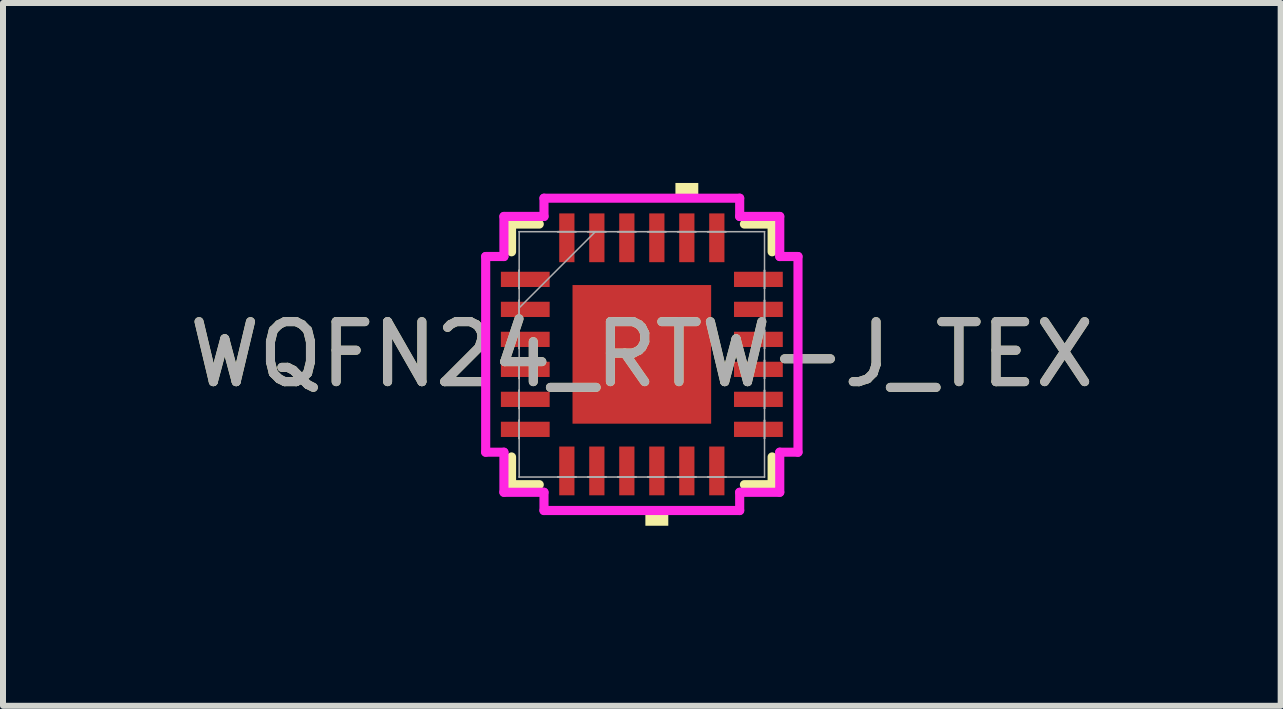
<source format=kicad_pcb>
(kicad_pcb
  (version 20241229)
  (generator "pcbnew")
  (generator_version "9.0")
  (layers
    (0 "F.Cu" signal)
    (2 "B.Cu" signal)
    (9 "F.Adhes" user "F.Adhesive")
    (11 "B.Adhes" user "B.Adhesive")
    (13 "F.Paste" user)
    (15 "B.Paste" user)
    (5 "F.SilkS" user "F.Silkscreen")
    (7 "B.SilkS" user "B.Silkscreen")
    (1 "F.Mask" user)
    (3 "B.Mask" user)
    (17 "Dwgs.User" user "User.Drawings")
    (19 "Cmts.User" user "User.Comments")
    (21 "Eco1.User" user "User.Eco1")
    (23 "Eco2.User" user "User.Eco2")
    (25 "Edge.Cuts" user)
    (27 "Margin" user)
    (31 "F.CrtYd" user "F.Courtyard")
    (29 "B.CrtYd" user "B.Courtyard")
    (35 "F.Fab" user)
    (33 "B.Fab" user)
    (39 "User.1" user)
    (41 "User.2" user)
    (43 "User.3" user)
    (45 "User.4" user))
  (footprint "WQFN24_RTW-J_TEX"
    (layer "F.Cu")
    (at 7.649 2.857)
    (property "Reference" "WQFN24_RTW-J_TEX" (at 0 0 0) (unlocked yes) (layer "F.SilkS") (effects (font (size 1 1) (thickness 0.15))))
    (attr smd)
    (fp_line (start -2.172 -2.172) (end -2.172 -1.71) (stroke (width 0.152) (type solid)) (layer "F.SilkS"))
    (fp_line (start -2.172 1.71) (end -2.172 2.172) (stroke (width 0.152) (type solid)) (layer "F.SilkS"))
    (fp_line (start -2.172 2.172) (end -1.71 2.172) (stroke (width 0.152) (type solid)) (layer "F.SilkS"))
    (fp_line (start -1.71 -2.172) (end -2.172 -2.172) (stroke (width 0.152) (type solid)) (layer "F.SilkS"))
    (fp_line (start 1.71 2.172) (end 2.172 2.172) (stroke (width 0.152) (type solid)) (layer "F.SilkS"))
    (fp_line (start 2.172 -2.172) (end 1.71 -2.172) (stroke (width 0.152) (type solid)) (layer "F.SilkS"))
    (fp_line (start 2.172 -1.71) (end 2.172 -2.172) (stroke (width 0.152) (type solid)) (layer "F.SilkS"))
    (fp_line (start 2.172 2.172) (end 2.172 1.71) (stroke (width 0.152) (type solid)) (layer "F.SilkS"))
    (fp_poly (pts (xy 0.059 2.603) (xy 0.059 2.857) (xy 0.441 2.857) (xy 0.441 2.603)) (stroke (width 0) (type solid)) (fill yes) (layer "F.SilkS"))
    (fp_poly (pts (xy 0.56 -2.603) (xy 0.56 -2.857) (xy 0.941 -2.857) (xy 0.941 -2.603)) (stroke (width 0) (type solid)) (fill yes) (layer "F.SilkS"))
    (fp_line (start -2.603 -1.631) (end -2.299 -1.631) (stroke (width 0.152) (type solid)) (layer "F.CrtYd"))
    (fp_line (start -2.603 1.631) (end -2.603 -1.631) (stroke (width 0.152) (type solid)) (layer "F.CrtYd"))
    (fp_line (start -2.299 -2.299) (end -1.631 -2.299) (stroke (width 0.152) (type solid)) (layer "F.CrtYd"))
    (fp_line (start -2.299 -1.631) (end -2.299 -2.299) (stroke (width 0.152) (type solid)) (layer "F.CrtYd"))
    (fp_line (start -2.299 1.631) (end -2.603 1.631) (stroke (width 0.152) (type solid)) (layer "F.CrtYd"))
    (fp_line (start -2.299 2.299) (end -2.299 1.631) (stroke (width 0.152) (type solid)) (layer "F.CrtYd"))
    (fp_line (start -1.631 -2.603) (end 1.631 -2.603) (stroke (width 0.152) (type solid)) (layer "F.CrtYd"))
    (fp_line (start -1.631 -2.299) (end -1.631 -2.603) (stroke (width 0.152) (type solid)) (layer "F.CrtYd"))
    (fp_line (start -1.631 2.299) (end -2.299 2.299) (stroke (width 0.152) (type solid)) (layer "F.CrtYd"))
    (fp_line (start -1.631 2.603) (end -1.631 2.299) (stroke (width 0.152) (type solid)) (layer "F.CrtYd"))
    (fp_line (start 1.631 -2.603) (end 1.631 -2.299) (stroke (width 0.152) (type solid)) (layer "F.CrtYd"))
    (fp_line (start 1.631 -2.299) (end 2.299 -2.299) (stroke (width 0.152) (type solid)) (layer "F.CrtYd"))
    (fp_line (start 1.631 2.299) (end 1.631 2.603) (stroke (width 0.152) (type solid)) (layer "F.CrtYd"))
    (fp_line (start 1.631 2.603) (end -1.631 2.603) (stroke (width 0.152) (type solid)) (layer "F.CrtYd"))
    (fp_line (start 2.299 -2.299) (end 2.299 -1.631) (stroke (width 0.152) (type solid)) (layer "F.CrtYd"))
    (fp_line (start 2.299 -1.631) (end 2.603 -1.631) (stroke (width 0.152) (type solid)) (layer "F.CrtYd"))
    (fp_line (start 2.299 1.631) (end 2.299 2.299) (stroke (width 0.152) (type solid)) (layer "F.CrtYd"))
    (fp_line (start 2.299 2.299) (end 1.631 2.299) (stroke (width 0.152) (type solid)) (layer "F.CrtYd"))
    (fp_line (start 2.603 -1.631) (end 2.603 1.631) (stroke (width 0.152) (type solid)) (layer "F.CrtYd"))
    (fp_line (start 2.603 1.631) (end 2.299 1.631) (stroke (width 0.152) (type solid)) (layer "F.CrtYd"))
    (fp_line (start -2.045 -2.045) (end -2.045 -2.045) (stroke (width 0.025) (type solid)) (layer "F.Fab"))
    (fp_line (start -2.045 -2.045) (end -2.045 2.045) (stroke (width 0.025) (type solid)) (layer "F.Fab"))
    (fp_line (start -2.045 -1.402) (end -2.045 -1.402) (stroke (width 0.025) (type solid)) (layer "F.Fab"))
    (fp_line (start -2.045 -1.402) (end -2.045 -1.098) (stroke (width 0.025) (type solid)) (layer "F.Fab"))
    (fp_line (start -2.045 -1.098) (end -2.045 -1.402) (stroke (width 0.025) (type solid)) (layer "F.Fab"))
    (fp_line (start -2.045 -1.098) (end -2.045 -1.098) (stroke (width 0.025) (type solid)) (layer "F.Fab"))
    (fp_line (start -2.045 -0.902) (end -2.045 -0.902) (stroke (width 0.025) (type solid)) (layer "F.Fab"))
    (fp_line (start -2.045 -0.902) (end -2.045 -0.598) (stroke (width 0.025) (type solid)) (layer "F.Fab"))
    (fp_line (start -2.045 -0.775) (end -0.775 -2.045) (stroke (width 0.025) (type solid)) (layer "F.Fab"))
    (fp_line (start -2.045 -0.598) (end -2.045 -0.902) (stroke (width 0.025) (type solid)) (layer "F.Fab"))
    (fp_line (start -2.045 -0.598) (end -2.045 -0.598) (stroke (width 0.025) (type solid)) (layer "F.Fab"))
    (fp_line (start -2.045 -0.402) (end -2.045 -0.402) (stroke (width 0.025) (type solid)) (layer "F.Fab"))
    (fp_line (start -2.045 -0.402) (end -2.045 -0.098) (stroke (width 0.025) (type solid)) (layer "F.Fab"))
    (fp_line (start -2.045 -0.098) (end -2.045 -0.402) (stroke (width 0.025) (type solid)) (layer "F.Fab"))
    (fp_line (start -2.045 -0.098) (end -2.045 -0.098) (stroke (width 0.025) (type solid)) (layer "F.Fab"))
    (fp_line (start -2.045 0.098) (end -2.045 0.098) (stroke (width 0.025) (type solid)) (layer "F.Fab"))
    (fp_line (start -2.045 0.098) (end -2.045 0.402) (stroke (width 0.025) (type solid)) (layer "F.Fab"))
    (fp_line (start -2.045 0.402) (end -2.045 0.098) (stroke (width 0.025) (type solid)) (layer "F.Fab"))
    (fp_line (start -2.045 0.402) (end -2.045 0.402) (stroke (width 0.025) (type solid)) (layer "F.Fab"))
    (fp_line (start -2.045 0.598) (end -2.045 0.598) (stroke (width 0.025) (type solid)) (layer "F.Fab"))
    (fp_line (start -2.045 0.598) (end -2.045 0.902) (stroke (width 0.025) (type solid)) (layer "F.Fab"))
    (fp_line (start -2.045 0.902) (end -2.045 0.598) (stroke (width 0.025) (type solid)) (layer "F.Fab"))
    (fp_line (start -2.045 0.902) (end -2.045 0.902) (stroke (width 0.025) (type solid)) (layer "F.Fab"))
    (fp_line (start -2.045 1.098) (end -2.045 1.098) (stroke (width 0.025) (type solid)) (layer "F.Fab"))
    (fp_line (start -2.045 1.098) (end -2.045 1.402) (stroke (width 0.025) (type solid)) (layer "F.Fab"))
    (fp_line (start -2.045 1.402) (end -2.045 1.098) (stroke (width 0.025) (type solid)) (layer "F.Fab"))
    (fp_line (start -2.045 1.402) (end -2.045 1.402) (stroke (width 0.025) (type solid)) (layer "F.Fab"))
    (fp_line (start -2.045 2.045) (end -2.045 2.045) (stroke (width 0.025) (type solid)) (layer "F.Fab"))
    (fp_line (start -2.045 2.045) (end 2.045 2.045) (stroke (width 0.025) (type solid)) (layer "F.Fab"))
    (fp_line (start -1.402 -2.045) (end -1.402 -2.045) (stroke (width 0.025) (type solid)) (layer "F.Fab"))
    (fp_line (start -1.402 -2.045) (end -1.098 -2.045) (stroke (width 0.025) (type solid)) (layer "F.Fab"))
    (fp_line (start -1.402 2.045) (end -1.402 2.045) (stroke (width 0.025) (type solid)) (layer "F.Fab"))
    (fp_line (start -1.402 2.045) (end -1.098 2.045) (stroke (width 0.025) (type solid)) (layer "F.Fab"))
    (fp_line (start -1.098 -2.045) (end -1.402 -2.045) (stroke (width 0.025) (type solid)) (layer "F.Fab"))
    (fp_line (start -1.098 -2.045) (end -1.098 -2.045) (stroke (width 0.025) (type solid)) (layer "F.Fab"))
    (fp_line (start -1.098 2.045) (end -1.402 2.045) (stroke (width 0.025) (type solid)) (layer "F.Fab"))
    (fp_line (start -1.098 2.045) (end -1.098 2.045) (stroke (width 0.025) (type solid)) (layer "F.Fab"))
    (fp_line (start -0.902 -2.045) (end -0.902 -2.045) (stroke (width 0.025) (type solid)) (layer "F.Fab"))
    (fp_line (start -0.902 -2.045) (end -0.598 -2.045) (stroke (width 0.025) (type solid)) (layer "F.Fab"))
    (fp_line (start -0.902 2.045) (end -0.902 2.045) (stroke (width 0.025) (type solid)) (layer "F.Fab"))
    (fp_line (start -0.902 2.045) (end -0.598 2.045) (stroke (width 0.025) (type solid)) (layer "F.Fab"))
    (fp_line (start -0.598 -2.045) (end -0.902 -2.045) (stroke (width 0.025) (type solid)) (layer "F.Fab"))
    (fp_line (start -0.598 -2.045) (end -0.598 -2.045) (stroke (width 0.025) (type solid)) (layer "F.Fab"))
    (fp_line (start -0.598 2.045) (end -0.902 2.045) (stroke (width 0.025) (type solid)) (layer "F.Fab"))
    (fp_line (start -0.598 2.045) (end -0.598 2.045) (stroke (width 0.025) (type solid)) (layer "F.Fab"))
    (fp_line (start -0.402 -2.045) (end -0.402 -2.045) (stroke (width 0.025) (type solid)) (layer "F.Fab"))
    (fp_line (start -0.402 -2.045) (end -0.098 -2.045) (stroke (width 0.025) (type solid)) (layer "F.Fab"))
    (fp_line (start -0.402 2.045) (end -0.402 2.045) (stroke (width 0.025) (type solid)) (layer "F.Fab"))
    (fp_line (start -0.402 2.045) (end -0.098 2.045) (stroke (width 0.025) (type solid)) (layer "F.Fab"))
    (fp_line (start -0.098 -2.045) (end -0.402 -2.045) (stroke (width 0.025) (type solid)) (layer "F.Fab"))
    (fp_line (start -0.098 -2.045) (end -0.098 -2.045) (stroke (width 0.025) (type solid)) (layer "F.Fab"))
    (fp_line (start -0.098 2.045) (end -0.402 2.045) (stroke (width 0.025) (type solid)) (layer "F.Fab"))
    (fp_line (start -0.098 2.045) (end -0.098 2.045) (stroke (width 0.025) (type solid)) (layer "F.Fab"))
    (fp_line (start 0.098 -2.045) (end 0.098 -2.045) (stroke (width 0.025) (type solid)) (layer "F.Fab"))
    (fp_line (start 0.098 -2.045) (end 0.402 -2.045) (stroke (width 0.025) (type solid)) (layer "F.Fab"))
    (fp_line (start 0.098 2.045) (end 0.098 2.045) (stroke (width 0.025) (type solid)) (layer "F.Fab"))
    (fp_line (start 0.098 2.045) (end 0.402 2.045) (stroke (width 0.025) (type solid)) (layer "F.Fab"))
    (fp_line (start 0.402 -2.045) (end 0.098 -2.045) (stroke (width 0.025) (type solid)) (layer "F.Fab"))
    (fp_line (start 0.402 -2.045) (end 0.402 -2.045) (stroke (width 0.025) (type solid)) (layer "F.Fab"))
    (fp_line (start 0.402 2.045) (end 0.098 2.045) (stroke (width 0.025) (type solid)) (layer "F.Fab"))
    (fp_line (start 0.402 2.045) (end 0.402 2.045) (stroke (width 0.025) (type solid)) (layer "F.Fab"))
    (fp_line (start 0.598 -2.045) (end 0.598 -2.045) (stroke (width 0.025) (type solid)) (layer "F.Fab"))
    (fp_line (start 0.598 -2.045) (end 0.902 -2.045) (stroke (width 0.025) (type solid)) (layer "F.Fab"))
    (fp_line (start 0.598 2.045) (end 0.598 2.045) (stroke (width 0.025) (type solid)) (layer "F.Fab"))
    (fp_line (start 0.598 2.045) (end 0.902 2.045) (stroke (width 0.025) (type solid)) (layer "F.Fab"))
    (fp_line (start 0.902 -2.045) (end 0.598 -2.045) (stroke (width 0.025) (type solid)) (layer "F.Fab"))
    (fp_line (start 0.902 -2.045) (end 0.902 -2.045) (stroke (width 0.025) (type solid)) (layer "F.Fab"))
    (fp_line (start 0.902 2.045) (end 0.598 2.045) (stroke (width 0.025) (type solid)) (layer "F.Fab"))
    (fp_line (start 0.902 2.045) (end 0.902 2.045) (stroke (width 0.025) (type solid)) (layer "F.Fab"))
    (fp_line (start 1.098 -2.045) (end 1.098 -2.045) (stroke (width 0.025) (type solid)) (layer "F.Fab"))
    (fp_line (start 1.098 -2.045) (end 1.402 -2.045) (stroke (width 0.025) (type solid)) (layer "F.Fab"))
    (fp_line (start 1.098 2.045) (end 1.098 2.045) (stroke (width 0.025) (type solid)) (layer "F.Fab"))
    (fp_line (start 1.098 2.045) (end 1.402 2.045) (stroke (width 0.025) (type solid)) (layer "F.Fab"))
    (fp_line (start 1.402 -2.045) (end 1.098 -2.045) (stroke (width 0.025) (type solid)) (layer "F.Fab"))
    (fp_line (start 1.402 -2.045) (end 1.402 -2.045) (stroke (width 0.025) (type solid)) (layer "F.Fab"))
    (fp_line (start 1.402 2.045) (end 1.098 2.045) (stroke (width 0.025) (type solid)) (layer "F.Fab"))
    (fp_line (start 1.402 2.045) (end 1.402 2.045) (stroke (width 0.025) (type solid)) (layer "F.Fab"))
    (fp_line (start 2.045 -2.045) (end -2.045 -2.045) (stroke (width 0.025) (type solid)) (layer "F.Fab"))
    (fp_line (start 2.045 -2.045) (end 2.045 -2.045) (stroke (width 0.025) (type solid)) (layer "F.Fab"))
    (fp_line (start 2.045 -1.402) (end 2.045 -1.402) (stroke (width 0.025) (type solid)) (layer "F.Fab"))
    (fp_line (start 2.045 -1.402) (end 2.045 -1.098) (stroke (width 0.025) (type solid)) (layer "F.Fab"))
    (fp_line (start 2.045 -1.098) (end 2.045 -1.402) (stroke (width 0.025) (type solid)) (layer "F.Fab"))
    (fp_line (start 2.045 -1.098) (end 2.045 -1.098) (stroke (width 0.025) (type solid)) (layer "F.Fab"))
    (fp_line (start 2.045 -0.902) (end 2.045 -0.902) (stroke (width 0.025) (type solid)) (layer "F.Fab"))
    (fp_line (start 2.045 -0.902) (end 2.045 -0.598) (stroke (width 0.025) (type solid)) (layer "F.Fab"))
    (fp_line (start 2.045 -0.598) (end 2.045 -0.902) (stroke (width 0.025) (type solid)) (layer "F.Fab"))
    (fp_line (start 2.045 -0.598) (end 2.045 -0.598) (stroke (width 0.025) (type solid)) (layer "F.Fab"))
    (fp_line (start 2.045 -0.402) (end 2.045 -0.402) (stroke (width 0.025) (type solid)) (layer "F.Fab"))
    (fp_line (start 2.045 -0.402) (end 2.045 -0.098) (stroke (width 0.025) (type solid)) (layer "F.Fab"))
    (fp_line (start 2.045 -0.098) (end 2.045 -0.402) (stroke (width 0.025) (type solid)) (layer "F.Fab"))
    (fp_line (start 2.045 -0.098) (end 2.045 -0.098) (stroke (width 0.025) (type solid)) (layer "F.Fab"))
    (fp_line (start 2.045 0.098) (end 2.045 0.098) (stroke (width 0.025) (type solid)) (layer "F.Fab"))
    (fp_line (start 2.045 0.098) (end 2.045 0.402) (stroke (width 0.025) (type solid)) (layer "F.Fab"))
    (fp_line (start 2.045 0.402) (end 2.045 0.098) (stroke (width 0.025) (type solid)) (layer "F.Fab"))
    (fp_line (start 2.045 0.402) (end 2.045 0.402) (stroke (width 0.025) (type solid)) (layer "F.Fab"))
    (fp_line (start 2.045 0.598) (end 2.045 0.598) (stroke (width 0.025) (type solid)) (layer "F.Fab"))
    (fp_line (start 2.045 0.598) (end 2.045 0.902) (stroke (width 0.025) (type solid)) (layer "F.Fab"))
    (fp_line (start 2.045 0.902) (end 2.045 0.598) (stroke (width 0.025) (type solid)) (layer "F.Fab"))
    (fp_line (start 2.045 0.902) (end 2.045 0.902) (stroke (width 0.025) (type solid)) (layer "F.Fab"))
    (fp_line (start 2.045 1.098) (end 2.045 1.098) (stroke (width 0.025) (type solid)) (layer "F.Fab"))
    (fp_line (start 2.045 1.098) (end 2.045 1.402) (stroke (width 0.025) (type solid)) (layer "F.Fab"))
    (fp_line (start 2.045 1.402) (end 2.045 1.098) (stroke (width 0.025) (type solid)) (layer "F.Fab"))
    (fp_line (start 2.045 1.402) (end 2.045 1.402) (stroke (width 0.025) (type solid)) (layer "F.Fab"))
    (fp_line (start 2.045 2.045) (end 2.045 -2.045) (stroke (width 0.025) (type solid)) (layer "F.Fab"))
    (fp_line (start 2.045 2.045) (end 2.045 2.045) (stroke (width 0.025) (type solid)) (layer "F.Fab"))
    (fp_text user "${REFERENCE}" (at 0 0 0) (unlocked yes) (layer "F.Fab") (effects (font (size 1 1) (thickness 0.15))))
    (pad "1" smd rect (at -1.943 -1.25 90) (size 0.254 0.813) (layers "F.Cu" "F.Mask" "F.Paste"))
    (pad "2" smd rect (at -1.943 -0.75 90) (size 0.254 0.813) (layers "F.Cu" "F.Mask" "F.Paste"))
    (pad "3" smd rect (at -1.943 -0.25 90) (size 0.254 0.813) (layers "F.Cu" "F.Mask" "F.Paste"))
    (pad "4" smd rect (at -1.943 0.25 90) (size 0.254 0.813) (layers "F.Cu" "F.Mask" "F.Paste"))
    (pad "5" smd rect (at -1.943 0.75 90) (size 0.254 0.813) (layers "F.Cu" "F.Mask" "F.Paste"))
    (pad "6" smd rect (at -1.943 1.25 90) (size 0.254 0.813) (layers "F.Cu" "F.Mask" "F.Paste"))
    (pad "7" smd rect (at -1.25 1.943) (size 0.254 0.813) (layers "F.Cu" "F.Mask" "F.Paste"))
    (pad "8" smd rect (at -0.75 1.943) (size 0.254 0.813) (layers "F.Cu" "F.Mask" "F.Paste"))
    (pad "9" smd rect (at -0.25 1.943) (size 0.254 0.813) (layers "F.Cu" "F.Mask" "F.Paste"))
    (pad "10" smd rect (at 0.25 1.943) (size 0.254 0.813) (layers "F.Cu" "F.Mask" "F.Paste"))
    (pad "11" smd rect (at 0.75 1.943) (size 0.254 0.813) (layers "F.Cu" "F.Mask" "F.Paste"))
    (pad "12" smd rect (at 1.25 1.943) (size 0.254 0.813) (layers "F.Cu" "F.Mask" "F.Paste"))
    (pad "13" smd rect (at 1.943 1.25 90) (size 0.254 0.813) (layers "F.Cu" "F.Mask" "F.Paste"))
    (pad "14" smd rect (at 1.943 0.75 90) (size 0.254 0.813) (layers "F.Cu" "F.Mask" "F.Paste"))
    (pad "15" smd rect (at 1.943 0.25 90) (size 0.254 0.813) (layers "F.Cu" "F.Mask" "F.Paste"))
    (pad "16" smd rect (at 1.943 -0.25 90) (size 0.254 0.813) (layers "F.Cu" "F.Mask" "F.Paste"))
    (pad "17" smd rect (at 1.943 -0.75 90) (size 0.254 0.813) (layers "F.Cu" "F.Mask" "F.Paste"))
    (pad "18" smd rect (at 1.943 -1.25 90) (size 0.254 0.813) (layers "F.Cu" "F.Mask" "F.Paste"))
    (pad "19" smd rect (at 1.25 -1.943) (size 0.254 0.813) (layers "F.Cu" "F.Mask" "F.Paste"))
    (pad "20" smd rect (at 0.75 -1.943) (size 0.254 0.813) (layers "F.Cu" "F.Mask" "F.Paste"))
    (pad "21" smd rect (at 0.25 -1.943) (size 0.254 0.813) (layers "F.Cu" "F.Mask" "F.Paste"))
    (pad "22" smd rect (at -0.25 -1.943) (size 0.254 0.813) (layers "F.Cu" "F.Mask" "F.Paste"))
    (pad "23" smd rect (at -0.75 -1.943) (size 0.254 0.813) (layers "F.Cu" "F.Mask" "F.Paste"))
    (pad "24" smd rect (at -1.25 -1.943) (size 0.254 0.813) (layers "F.Cu" "F.Mask" "F.Paste"))
    (pad "25" smd rect (at 0 0) (size 2.311 2.311) (layers "F.Cu" "F.Mask" "F.Paste")))
  (gr_rect
    (start -3 -3)
    (end 18.298 8.715)
    (stroke (width 0.1) (type default))
    (fill no)
    (layer "Edge.Cuts")))
</source>
